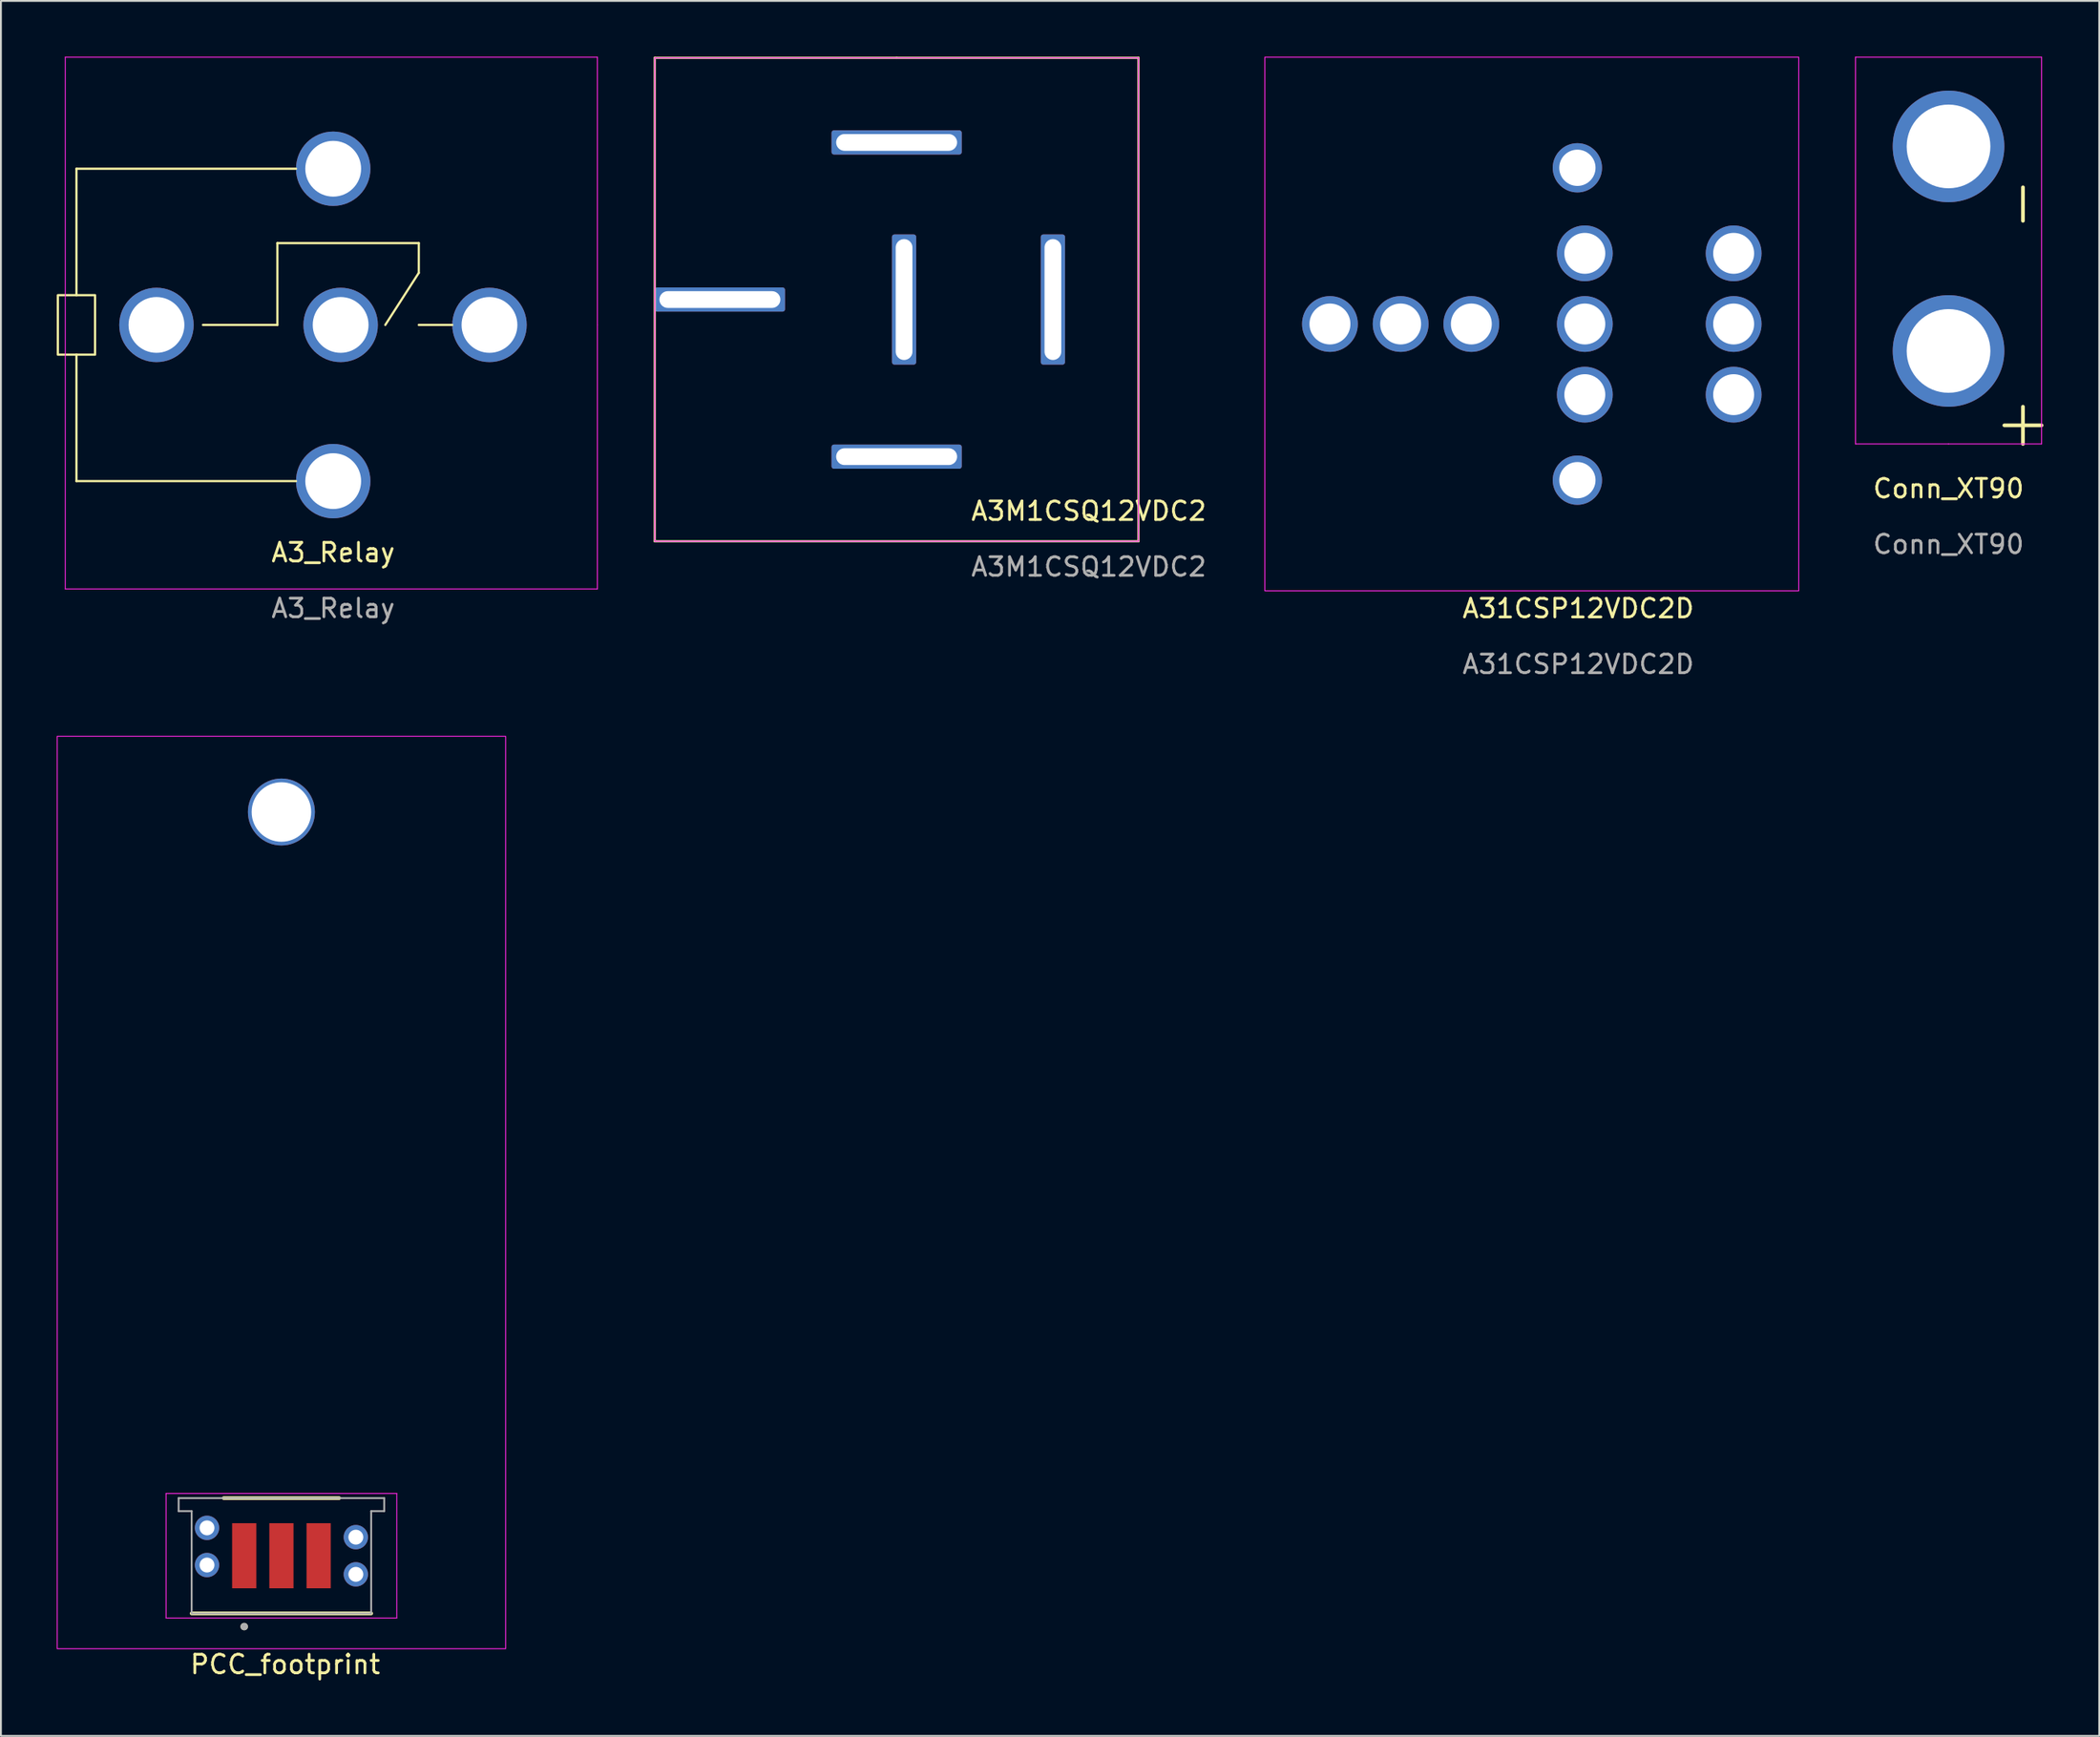
<source format=kicad_pcb>
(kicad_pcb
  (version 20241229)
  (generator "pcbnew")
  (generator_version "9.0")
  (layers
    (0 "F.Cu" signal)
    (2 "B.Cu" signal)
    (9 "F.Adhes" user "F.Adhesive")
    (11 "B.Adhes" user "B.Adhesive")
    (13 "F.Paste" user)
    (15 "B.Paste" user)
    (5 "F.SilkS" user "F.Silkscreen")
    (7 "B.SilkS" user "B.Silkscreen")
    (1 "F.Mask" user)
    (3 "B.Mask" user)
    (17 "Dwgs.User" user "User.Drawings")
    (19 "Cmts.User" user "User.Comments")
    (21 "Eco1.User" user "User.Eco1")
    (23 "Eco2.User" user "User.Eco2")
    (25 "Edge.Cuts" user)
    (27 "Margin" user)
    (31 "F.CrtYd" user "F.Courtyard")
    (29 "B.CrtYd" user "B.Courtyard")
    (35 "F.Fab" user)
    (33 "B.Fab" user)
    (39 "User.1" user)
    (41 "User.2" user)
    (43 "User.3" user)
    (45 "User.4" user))
  (footprint "A3M1CSQ12VDC2"
    (layer "F.Cu")
    (at 45.545 13.06)
    (property "Reference" "A3M1CSQ12VDC2" (at 9.931 11.376 0) (unlocked yes) (layer "F.SilkS") (effects (font (size 1 1) (thickness 0.15))))
    (attr through_hole)
    (fp_line (start -13.4 -13) (end -13.4 13) (stroke (width 0.12) (type solid)) (layer "F.SilkS"))
    (fp_line (start -13.4 13) (end 12.6 13) (stroke (width 0.12) (type solid)) (layer "F.SilkS"))
    (fp_line (start -0.4 -13) (end -13.4 -13) (stroke (width 0.12) (type solid)) (layer "F.SilkS"))
    (fp_line (start 12.6 -13) (end -0.4 -13) (stroke (width 0.12) (type solid)) (layer "F.SilkS"))
    (fp_line (start 12.6 13) (end 12.6 -13) (stroke (width 0.12) (type solid)) (layer "F.SilkS"))
    (fp_line (start -13.4 -13) (end -13.4 13) (stroke (width 0.05) (type solid)) (layer "F.CrtYd"))
    (fp_line (start -13.4 13) (end 12.6 13) (stroke (width 0.05) (type solid)) (layer "F.CrtYd"))
    (fp_line (start 12.6 -13) (end -13.4 -13) (stroke (width 0.05) (type solid)) (layer "F.CrtYd"))
    (fp_line (start 12.6 13) (end 12.6 -13) (stroke (width 0.05) (type solid)) (layer "F.CrtYd"))
    (fp_text user "${REFERENCE}" (at 9.931 14.376 0) (unlocked yes) (layer "F.Fab") (effects (font (size 1 1) (thickness 0.15))))
    (pad "30" thru_hole roundrect (at -9.9 0 90) (size 1.3 7) (drill oval 0.9 6.5) (layers "*.Cu" "*.Mask") (roundrect_rratio 0.1))
    (pad "85" thru_hole roundrect (at -0.4 8.45 90) (size 1.3 7) (drill oval 0.9 6.5) (layers "*.Cu" "*.Mask") (roundrect_rratio 0.1))
    (pad "86" thru_hole roundrect (at -0.4 -8.45 90) (size 1.3 7) (drill oval 0.9 6.5) (layers "*.Cu" "*.Mask") (roundrect_rratio 0.1))
    (pad "87" thru_hole roundrect (at 8 0) (size 1.3 7) (drill oval 0.9 6.5) (layers "*.Cu" "*.Mask") (roundrect_rratio 0.1))
    (pad "87a" thru_hole roundrect (at 0 0) (size 1.3 7) (drill oval 0.9 6.5) (layers "*.Cu" "*.Mask") (roundrect_rratio 0.1)))
  (footprint "A3_Relay"
    (layer "F.Cu")
    (at 14.86 14.425)
    (property "Reference" "A3_Relay" (at 0 12.24 0) (unlocked yes) (layer "F.SilkS") (effects (font (size 1 1) (thickness 0.15))))
    (attr through_hole)
    (fp_line (start -13.8 -8.4) (end -13.8 -1.6) (stroke (width 0.12) (type solid)) (layer "F.SilkS"))
    (fp_line (start -13.8 1.6) (end -13.8 8.4) (stroke (width 0.12) (type solid)) (layer "F.SilkS"))
    (fp_line (start -13.8 8.4) (end -2 8.4) (stroke (width 0.12) (type solid)) (layer "F.SilkS"))
    (fp_line (start -7 0) (end -3 0) (stroke (width 0.12) (type solid)) (layer "F.SilkS"))
    (fp_line (start -3 -4.4) (end 4.6 -4.4) (stroke (width 0.12) (type solid)) (layer "F.SilkS"))
    (fp_line (start -3 0) (end -3 -4.4) (stroke (width 0.12) (type solid)) (layer "F.SilkS"))
    (fp_line (start -2 -8.4) (end -13.8 -8.4) (stroke (width 0.12) (type solid)) (layer "F.SilkS"))
    (fp_line (start 4.6 -4.4) (end 4.6 -2.8) (stroke (width 0.12) (type solid)) (layer "F.SilkS"))
    (fp_line (start 4.6 -2.8) (end 2.8 0) (stroke (width 0.12) (type solid)) (layer "F.SilkS"))
    (fp_line (start 6.4 0) (end 4.6 0) (stroke (width 0.12) (type solid)) (layer "F.SilkS"))
    (fp_rect (start -14.8 -1.6) (end -12.8 1.6) (stroke (width 0.12) (type solid)) (fill no) (layer "F.SilkS"))
    (fp_line (start -14.4 -14.4) (end -14.4 14.2) (stroke (width 0.05) (type solid)) (layer "F.CrtYd"))
    (fp_line (start -14.4 14.2) (end 14.2 14.2) (stroke (width 0.05) (type solid)) (layer "F.CrtYd"))
    (fp_line (start 14.2 -14.4) (end -14.4 -14.4) (stroke (width 0.05) (type solid)) (layer "F.CrtYd"))
    (fp_line (start 14.2 0) (end 14.2 -14.4) (stroke (width 0.05) (type solid)) (layer "F.CrtYd"))
    (fp_line (start 14.2 14.2) (end 14.2 0) (stroke (width 0.05) (type solid)) (layer "F.CrtYd"))
    (fp_text user "${REFERENCE}" (at 0 15.24 0) (unlocked yes) (layer "F.Fab") (effects (font (size 1 1) (thickness 0.15))))
    (pad "30" thru_hole circle (at -9.5 0) (size 4 4) (drill 3) (layers "*.Cu" "*.Mask"))
    (pad "85" thru_hole circle (at 0 8.4) (size 4 4) (drill 3) (layers "*.Cu" "*.Mask"))
    (pad "86" thru_hole circle (at 0 -8.4) (size 4 4) (drill 3) (layers "*.Cu" "*.Mask"))
    (pad "87" thru_hole circle (at 8.4 0) (size 4 4) (drill 3) (layers "*.Cu" "*.Mask"))
    (pad "87a" thru_hole circle (at 0.4 0) (size 4 4) (drill 3) (layers "*.Cu" "*.Mask")))
  (footprint "PCC_footprint"
    (layer "F.Cu")
    (at 12.077 80.621)
    (property "Reference" "PCC_footprint" (at 0.203 5.842 0) (layer "F.SilkS") (effects (font (size 1 1) (thickness 0.15))))
    (attr through_hole)
    (fp_line (start -3.1 -3.1) (end 3.1 -3.1) (stroke (width 0.2) (type solid)) (layer "F.SilkS"))
    (fp_line (start 4.825 3.1) (end -4.825 3.1) (stroke (width 0.2) (type solid)) (layer "F.SilkS"))
    (fp_circle (center -2 3.81) (end -1.9 3.81) (stroke (width 0.2) (type solid)) (fill no) (layer "F.SilkS"))
    (fp_poly (pts (xy -5.95 -3.13) (xy -3.5 -3.13) (xy -3.5 -0.85) (xy -5.95 -0.85)) (stroke (width 0.01) (type solid)) (fill yes) (layer "F.Paste"))
    (fp_poly (pts (xy -5.95 -0.15) (xy -3.5 -0.15) (xy -3.5 2.13) (xy -5.95 2.13)) (stroke (width 0.01) (type solid)) (fill yes) (layer "F.Paste"))
    (fp_poly (pts (xy 3.5 -2.63) (xy 5.95 -2.63) (xy 5.95 -0.35) (xy 3.5 -0.35)) (stroke (width 0.01) (type solid)) (fill yes) (layer "F.Paste"))
    (fp_poly (pts (xy 3.5 0.35) (xy 5.95 0.35) (xy 5.95 2.63) (xy 3.5 2.63)) (stroke (width 0.01) (type solid)) (fill yes) (layer "F.Paste"))
    (fp_line (start -6.2 -3.35) (end 6.2 -3.35) (stroke (width 0.05) (type solid)) (layer "F.CrtYd"))
    (fp_line (start -6.2 3.35) (end -6.2 -3.35) (stroke (width 0.05) (type solid)) (layer "F.CrtYd"))
    (fp_line (start 6.2 -3.35) (end 6.2 3.35) (stroke (width 0.05) (type solid)) (layer "F.CrtYd"))
    (fp_line (start 6.2 3.35) (end -6.2 3.35) (stroke (width 0.05) (type solid)) (layer "F.CrtYd"))
    (fp_rect (start -12.052 -44.073) (end 12.052 5) (stroke (width 0.05) (type solid)) (fill no) (layer "F.CrtYd"))
    (fp_line (start -5.525 -3.1) (end 5.525 -3.1) (stroke (width 0.1) (type solid)) (layer "F.Fab"))
    (fp_line (start -5.525 -2.4) (end -5.525 -3.1) (stroke (width 0.1) (type solid)) (layer "F.Fab"))
    (fp_line (start -4.825 -2.4) (end -5.525 -2.4) (stroke (width 0.1) (type solid)) (layer "F.Fab"))
    (fp_line (start -4.825 3.1) (end -4.825 -2.4) (stroke (width 0.1) (type solid)) (layer "F.Fab"))
    (fp_line (start 4.825 -2.4) (end 4.825 3.1) (stroke (width 0.1) (type solid)) (layer "F.Fab"))
    (fp_line (start 4.825 3.1) (end -4.825 3.1) (stroke (width 0.1) (type solid)) (layer "F.Fab"))
    (fp_line (start 5.525 -3.1) (end 5.525 -2.4) (stroke (width 0.1) (type solid)) (layer "F.Fab"))
    (fp_line (start 5.525 -2.4) (end 4.825 -2.4) (stroke (width 0.1) (type solid)) (layer "F.Fab"))
    (fp_circle (center -2 3.81) (end -1.9 3.81) (stroke (width 0.2) (type solid)) (fill no) (layer "F.Fab"))
    (pad "" thru_hole circle (at -4 -1.5) (size 1.308 1.308) (drill 0.8) (layers "*.Cu" "*.Mask"))
    (pad "" thru_hole circle (at -4 0.5) (size 1.308 1.308) (drill 0.8) (layers "*.Cu" "*.Mask"))
    (pad "" thru_hole circle (at 0 -40) (size 3.6 3.6) (drill 3.2) (layers "*.Cu" "*.Mask"))
    (pad "" thru_hole circle (at 4 -1) (size 1.308 1.308) (drill 0.8) (layers "*.Cu" "*.Mask"))
    (pad "" thru_hole circle (at 4 1) (size 1.308 1.308) (drill 0.8) (layers "*.Cu" "*.Mask"))
    (pad "1" smd rect (at -2 0) (size 1.3 3.5) (layers "F.Cu" "F.Mask" "F.Paste"))
    (pad "2" smd rect (at 0 0) (size 1.3 3.5) (layers "F.Cu" "F.Mask" "F.Paste"))
    (pad "3" smd rect (at 2 0) (size 1.3 3.5) (layers "F.Cu" "F.Mask" "F.Paste")))
  (footprint "A31CSP12VDC2D"
    (layer "F.Cu")
    (at 81.736 14.375)
    (property "Reference" "A31CSP12VDC2D" (at 0.05 15.3 0) (unlocked yes) (layer "F.SilkS") (effects (font (size 1 1) (thickness 0.15))))
    (attr through_hole)
    (fp_rect (start -16.8 -14.35) (end 11.9 14.35) (stroke (width 0.05) (type solid)) (fill no) (layer "F.CrtYd"))
    (fp_text user "${REFERENCE}" (at 0.05 18.3 0) (unlocked yes) (layer "F.Fab") (effects (font (size 1 1) (thickness 0.15))))
    (pad "30" thru_hole circle (at -13.3 0) (size 3 3) (drill 2.2) (layers "*.Cu" "*.Mask"))
    (pad "30" thru_hole circle (at -9.5 0) (size 3 3) (drill 2.2) (layers "*.Cu" "*.Mask"))
    (pad "30" thru_hole circle (at -5.7 0) (size 3 3) (drill 2.2) (layers "*.Cu" "*.Mask"))
    (pad "85" thru_hole circle (at 0 8.4) (size 2.65 2.65) (drill 1.95) (layers "*.Cu" "*.Mask"))
    (pad "86" thru_hole circle (at 0 -8.4) (size 2.65 2.65) (drill 1.95) (layers "*.Cu" "*.Mask"))
    (pad "87" thru_hole circle (at 8.4 -3.8) (size 3 3) (drill 2.2) (layers "*.Cu" "*.Mask"))
    (pad "87" thru_hole circle (at 8.4 0) (size 3 3) (drill 2.2) (layers "*.Cu" "*.Mask"))
    (pad "87" thru_hole circle (at 8.4 3.8) (size 3 3) (drill 2.2) (layers "*.Cu" "*.Mask"))
    (pad "87a" thru_hole circle (at 0.4 -3.8) (size 3 3) (drill 2.2) (layers "*.Cu" "*.Mask"))
    (pad "87a" thru_hole circle (at 0.4 0) (size 3 3) (drill 2.2) (layers "*.Cu" "*.Mask"))
    (pad "87a" thru_hole circle (at 0.4 3.8) (size 3 3) (drill 2.2) (layers "*.Cu" "*.Mask")))
  (footprint "Conn_XT90"
    (layer "F.Cu")
    (at 101.686 15.825)
    (property "Reference" "Conn_XT90" (at 0 7.4 0) (unlocked yes) (layer "F.SilkS") (effects (font (size 1 1) (thickness 0.15))))
    (attr through_hole)
    (fp_line (start 3 4) (end 5 4) (stroke (width 0.2) (type solid)) (layer "F.SilkS"))
    (fp_line (start 4 -8.8) (end 4 -7) (stroke (width 0.2) (type solid)) (layer "F.SilkS"))
    (fp_line (start 4 5) (end 4 3) (stroke (width 0.2) (type solid)) (layer "F.SilkS"))
    (fp_line (start -5 -15.8) (end -5 5) (stroke (width 0.05) (type solid)) (layer "F.CrtYd"))
    (fp_line (start -5 5) (end 0 5) (stroke (width 0.05) (type solid)) (layer "F.CrtYd"))
    (fp_line (start 0 5) (end 5 5) (stroke (width 0.05) (type solid)) (layer "F.CrtYd"))
    (fp_line (start 5 -15.8) (end -5 -15.8) (stroke (width 0.05) (type solid)) (layer "F.CrtYd"))
    (fp_line (start 5 5) (end 5 -15.8) (stroke (width 0.05) (type solid)) (layer "F.CrtYd"))
    (fp_text user "${REFERENCE}" (at 0 10.4 0) (unlocked yes) (layer "F.Fab") (effects (font (size 1 1) (thickness 0.15))))
    (pad "1" thru_hole circle (at 0 -11) (size 6 6) (drill 4.5) (layers "*.Cu" "*.Mask"))
    (pad "2" thru_hole circle (at 0 0) (size 6 6) (drill 4.5) (layers "*.Cu" "*.Mask")))
  (gr_rect
    (start -3 -3)
    (end 109.786 90.311)
    (stroke (width 0.1) (type default))
    (fill no)
    (layer "Edge.Cuts")))
</source>
